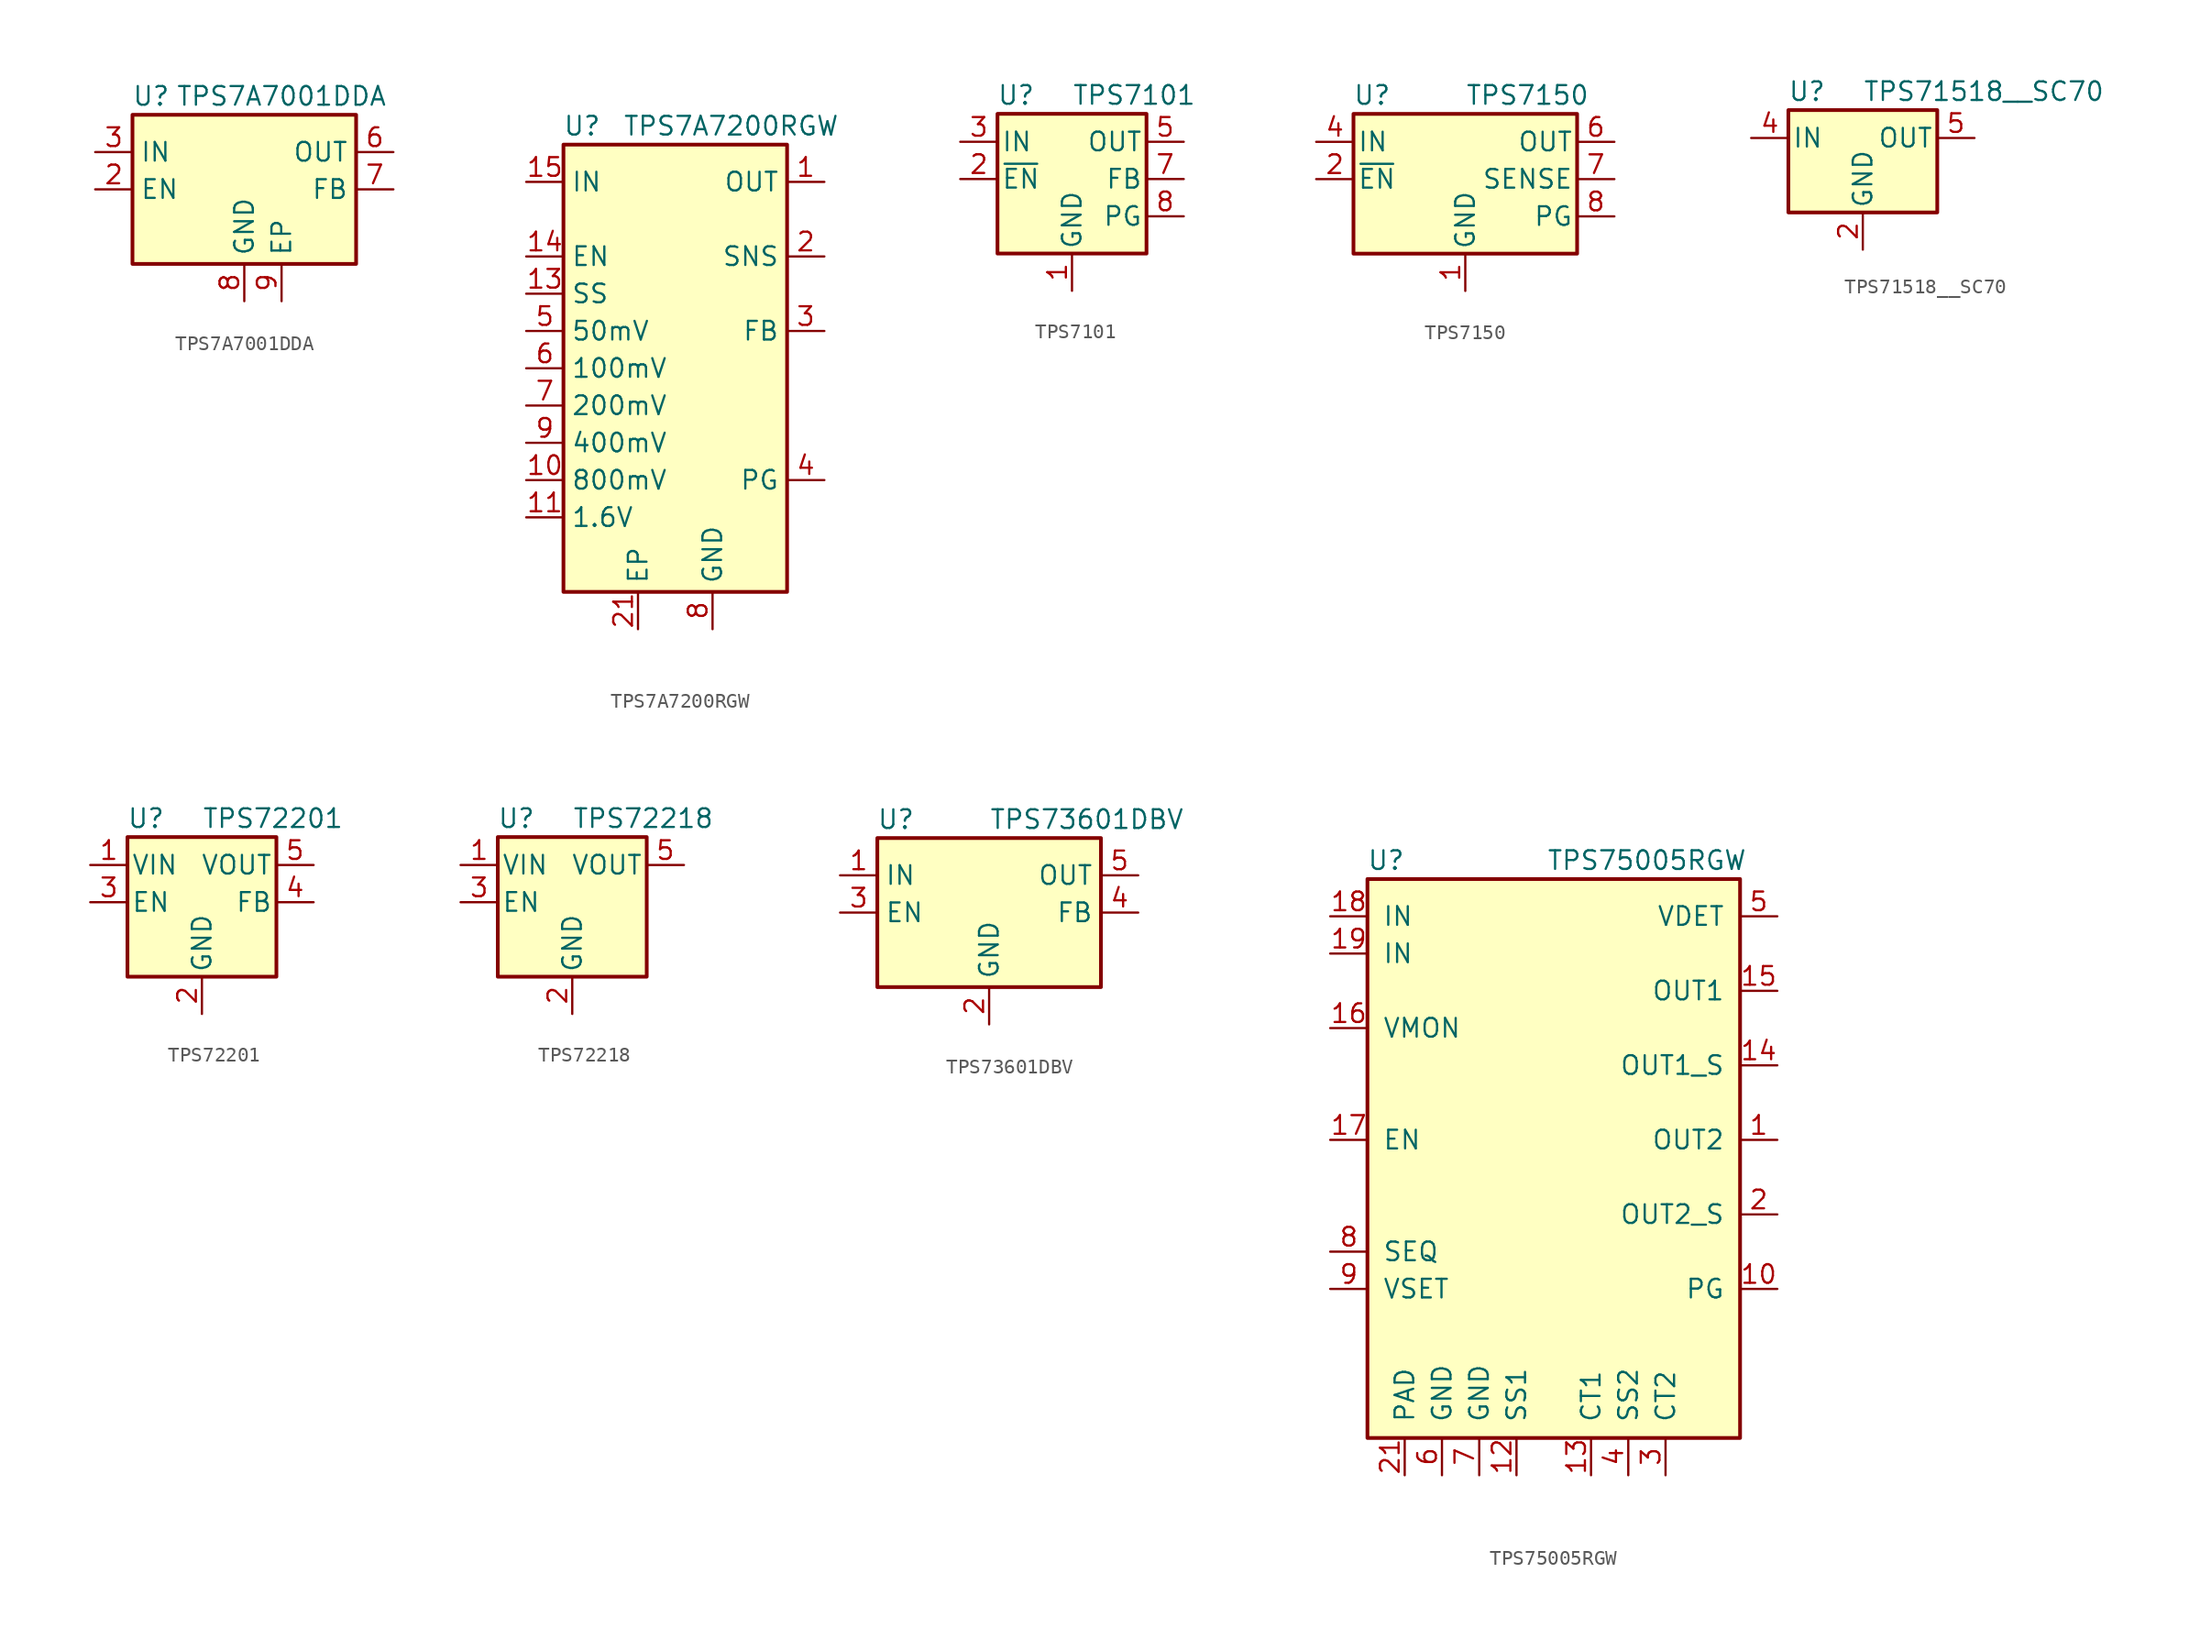
<source format=kicad_sym>
(kicad_symbol_lib
  (version 20220914)
  (generator kicad_symbol_editor)
  (symbol "TPS7A7001DDA"
    (property "Reference" "U"
      (at -6.35 6.35 0)
      (effects (font (size 1.27 1.27))))
    (property "Value" "TPS7A7001DDA"
      (at 2.54 6.35 0)
      (effects (font (size 1.27 1.27))))
    (symbol "TPS7A7001DDA_0_1"
      (rectangle (start -7.62 5.08) (end 7.62 -5.08) (stroke (width 0.254) (type solid)) (fill (type background))))
    (symbol "TPS7A7001DDA_1_1"
      (pin no_connect line (at -7.62 -2.54 0) (length 2.54) hide (name "NC" (effects (font (size 1.27 1.27)))) (number "1" (effects (font (size 1.27 1.27)))))
      (pin input line (at -10.16 0 0) (length 2.54) (name "EN" (effects (font (size 1.27 1.27)))) (number "2" (effects (font (size 1.27 1.27)))))
      (pin power_in line (at -10.16 2.54 0) (length 2.54) (name "IN" (effects (font (size 1.27 1.27)))) (number "3" (effects (font (size 1.27 1.27)))))
      (pin no_connect line (at 7.62 -2.54 180) (length 2.54) hide (name "NC" (effects (font (size 1.27 1.27)))) (number "4" (effects (font (size 1.27 1.27)))))
      (pin no_connect line (at -2.54 -5.08 90) (length 2.54) hide (name "NC" (effects (font (size 1.27 1.27)))) (number "5" (effects (font (size 1.27 1.27)))))
      (pin power_out line (at 10.16 2.54 180) (length 2.54) (name "OUT" (effects (font (size 1.27 1.27)))) (number "6" (effects (font (size 1.27 1.27)))))
      (pin input line (at 10.16 0 180) (length 2.54) (name "FB" (effects (font (size 1.27 1.27)))) (number "7" (effects (font (size 1.27 1.27)))))
      (pin power_in line (at 0 -7.62 90) (length 2.54) (name "GND" (effects (font (size 1.27 1.27)))) (number "8" (effects (font (size 1.27 1.27)))))
      (pin passive line (at 2.54 -7.62 90) (length 2.54) (name "EP" (effects (font (size 1.27 1.27)))) (number "9" (effects (font (size 1.27 1.27)))))))
  (symbol "TPS7A7200RGW"
    (property "Reference" "U"
      (at -6.35 16.51 0)
      (effects (font (size 1.27 1.27))))
    (property "Value" "TPS7A7200RGW"
      (at 3.81 16.51 0)
      (effects (font (size 1.27 1.27))))
    (symbol "TPS7A7200RGW_0_1"
      (rectangle (start -7.62 15.24) (end 7.62 -15.24) (stroke (width 0.254) (type solid)) (fill (type background))))
    (symbol "TPS7A7200RGW_1_1"
      (pin power_out line (at 10.16 12.7 180) (length 2.54) (name "OUT" (effects (font (size 1.27 1.27)))) (number "1" (effects (font (size 1.27 1.27)))))
      (pin input line (at -10.16 -7.62 0) (length 2.54) (name "800mV" (effects (font (size 1.27 1.27)))) (number "10" (effects (font (size 1.27 1.27)))))
      (pin input line (at -10.16 -10.16 0) (length 2.54) (name "1.6V" (effects (font (size 1.27 1.27)))) (number "11" (effects (font (size 1.27 1.27)))))
      (pin no_connect line (at -7.62 10.16 0) (length 2.54) hide (name "NC" (effects (font (size 1.27 1.27)))) (number "12" (effects (font (size 1.27 1.27)))))
      (pin input line (at -10.16 5.08 0) (length 2.54) (name "SS" (effects (font (size 1.27 1.27)))) (number "13" (effects (font (size 1.27 1.27)))))
      (pin input line (at -10.16 7.62 0) (length 2.54) (name "EN" (effects (font (size 1.27 1.27)))) (number "14" (effects (font (size 1.27 1.27)))))
      (pin power_in line (at -10.16 12.7 0) (length 2.54) (name "IN" (effects (font (size 1.27 1.27)))) (number "15" (effects (font (size 1.27 1.27)))))
      (pin passive line (at -10.16 12.7 0) (length 2.54) hide (name "IN" (effects (font (size 1.27 1.27)))) (number "16" (effects (font (size 1.27 1.27)))))
      (pin passive line (at -10.16 12.7 0) (length 2.54) hide (name "IN" (effects (font (size 1.27 1.27)))) (number "17" (effects (font (size 1.27 1.27)))))
      (pin passive line (at 2.54 -17.78 90) (length 2.54) hide (name "GND" (effects (font (size 1.27 1.27)))) (number "18" (effects (font (size 1.27 1.27)))))
      (pin passive line (at 10.16 12.7 180) (length 2.54) hide (name "OUT" (effects (font (size 1.27 1.27)))) (number "19" (effects (font (size 1.27 1.27)))))
      (pin input line (at 10.16 7.62 180) (length 2.54) (name "SNS" (effects (font (size 1.27 1.27)))) (number "2" (effects (font (size 1.27 1.27)))))
      (pin passive line (at 10.16 12.7 180) (length 2.54) hide (name "OUT" (effects (font (size 1.27 1.27)))) (number "20" (effects (font (size 1.27 1.27)))))
      (pin passive line (at -2.54 -17.78 90) (length 2.54) (name "EP" (effects (font (size 1.27 1.27)))) (number "21" (effects (font (size 1.27 1.27)))))
      (pin input line (at 10.16 2.54 180) (length 2.54) (name "FB" (effects (font (size 1.27 1.27)))) (number "3" (effects (font (size 1.27 1.27)))))
      (pin open_collector line (at 10.16 -7.62 180) (length 2.54) (name "PG" (effects (font (size 1.27 1.27)))) (number "4" (effects (font (size 1.27 1.27)))))
      (pin input line (at -10.16 2.54 0) (length 2.54) (name "50mV" (effects (font (size 1.27 1.27)))) (number "5" (effects (font (size 1.27 1.27)))))
      (pin input line (at -10.16 0 0) (length 2.54) (name "100mV" (effects (font (size 1.27 1.27)))) (number "6" (effects (font (size 1.27 1.27)))))
      (pin input line (at -10.16 -2.54 0) (length 2.54) (name "200mV" (effects (font (size 1.27 1.27)))) (number "7" (effects (font (size 1.27 1.27)))))
      (pin power_in line (at 2.54 -17.78 90) (length 2.54) (name "GND" (effects (font (size 1.27 1.27)))) (number "8" (effects (font (size 1.27 1.27)))))
      (pin input line (at -10.16 -5.08 0) (length 2.54) (name "400mV" (effects (font (size 1.27 1.27)))) (number "9" (effects (font (size 1.27 1.27)))))))
  (symbol "TPS7101"
    (pin_names
      (offset 0.254))
    (property "Reference" "U"
      (at -3.81 5.715 0)
      (effects (font (size 1.27 1.27))))
    (property "Value" "TPS7101"
      (at 0 5.715 0)
      (effects (font (size 1.27 1.27)) (justify left)))
    (symbol "TPS7101_0_1"
      (rectangle (start -5.08 4.445) (end 5.08 -5.08) (stroke (width 0.254) (type solid)) (fill (type background))))
    (symbol "TPS7101_1_1"
      (pin power_in line (at 0 -7.62 90) (length 2.54) (name "GND" (effects (font (size 1.27 1.27)))) (number "1" (effects (font (size 1.27 1.27)))))
      (pin input line (at -7.62 0 0) (length 2.54) (name "~{EN}" (effects (font (size 1.27 1.27)))) (number "2" (effects (font (size 1.27 1.27)))))
      (pin power_in line (at -7.62 2.54 0) (length 2.54) (name "IN" (effects (font (size 1.27 1.27)))) (number "3" (effects (font (size 1.27 1.27)))))
      (pin passive line (at -7.62 2.54 0) (length 2.54) hide (name "IN" (effects (font (size 1.27 1.27)))) (number "4" (effects (font (size 1.27 1.27)))))
      (pin power_out line (at 7.62 2.54 180) (length 2.54) (name "OUT" (effects (font (size 1.27 1.27)))) (number "5" (effects (font (size 1.27 1.27)))))
      (pin passive line (at 7.62 2.54 180) (length 2.54) hide (name "OUT" (effects (font (size 1.27 1.27)))) (number "6" (effects (font (size 1.27 1.27)))))
      (pin input line (at 7.62 0 180) (length 2.54) (name "FB" (effects (font (size 1.27 1.27)))) (number "7" (effects (font (size 1.27 1.27)))))
      (pin output line (at 7.62 -2.54 180) (length 2.54) (name "PG" (effects (font (size 1.27 1.27)))) (number "8" (effects (font (size 1.27 1.27)))))))
  (symbol "TPS7150"
    (pin_names
      (offset 0.254))
    (property "Reference" "U"
      (at -6.35 8.255 0)
      (effects (font (size 1.27 1.27))))
    (property "Value" "TPS7150"
      (at 0 8.255 0)
      (effects (font (size 1.27 1.27)) (justify left)))
    (symbol "TPS7150_0_1"
      (rectangle (start -7.62 6.985) (end 7.62 -2.54) (stroke (width 0.254) (type solid)) (fill (type background))))
    (symbol "TPS7150_1_1"
      (pin power_in line (at 0 -5.08 90) (length 2.54) (name "GND" (effects (font (size 1.27 1.27)))) (number "1" (effects (font (size 1.27 1.27)))))
      (pin input line (at -10.16 2.54 0) (length 2.54) (name "~{EN}" (effects (font (size 1.27 1.27)))) (number "2" (effects (font (size 1.27 1.27)))))
      (pin passive line (at -10.16 5.08 0) (length 2.54) hide (name "IN" (effects (font (size 1.27 1.27)))) (number "3" (effects (font (size 1.27 1.27)))))
      (pin power_in line (at -10.16 5.08 0) (length 2.54) (name "IN" (effects (font (size 1.27 1.27)))) (number "4" (effects (font (size 1.27 1.27)))))
      (pin passive line (at 10.16 5.08 180) (length 2.54) hide (name "OUT" (effects (font (size 1.27 1.27)))) (number "5" (effects (font (size 1.27 1.27)))))
      (pin power_out line (at 10.16 5.08 180) (length 2.54) (name "OUT" (effects (font (size 1.27 1.27)))) (number "6" (effects (font (size 1.27 1.27)))))
      (pin input line (at 10.16 2.54 180) (length 2.54) (name "SENSE" (effects (font (size 1.27 1.27)))) (number "7" (effects (font (size 1.27 1.27)))))
      (pin output line (at 10.16 0 180) (length 2.54) (name "PG" (effects (font (size 1.27 1.27)))) (number "8" (effects (font (size 1.27 1.27)))))))
  (symbol "TPS71518__SC70"
    (pin_names
      (offset 0.254))
    (property "Reference" "U"
      (at -3.81 3.175 0)
      (effects (font (size 1.27 1.27))))
    (property "Value" "TPS71518__SC70"
      (at 0 3.175 0)
      (effects (font (size 1.27 1.27)) (justify left)))
    (symbol "TPS71518__SC70_0_1"
      (rectangle (start -5.08 1.905) (end 5.08 -5.08) (stroke (width 0.254) (type solid)) (fill (type background))))
    (symbol "TPS71518__SC70_1_1"
      (pin no_connect line (at 7.62 -2.54 180) (length 2.54) hide (name "NC" (effects (font (size 1.27 1.27)))) (number "1" (effects (font (size 1.27 1.27)))))
      (pin power_in line (at 0 -7.62 90) (length 2.54) (name "GND" (effects (font (size 1.27 1.27)))) (number "2" (effects (font (size 1.27 1.27)))))
      (pin no_connect line (at -7.62 -2.54 0) (length 2.54) hide (name "NC" (effects (font (size 1.27 1.27)))) (number "3" (effects (font (size 1.27 1.27)))))
      (pin power_in line (at -7.62 0 0) (length 2.54) (name "IN" (effects (font (size 1.27 1.27)))) (number "4" (effects (font (size 1.27 1.27)))))
      (pin power_out line (at 7.62 0 180) (length 2.54) (name "OUT" (effects (font (size 1.27 1.27)))) (number "5" (effects (font (size 1.27 1.27)))))))
  (symbol "TPS72201"
    (pin_names
      (offset 0.254))
    (property "Reference" "U"
      (at -3.81 5.715 0)
      (effects (font (size 1.27 1.27))))
    (property "Value" "TPS72201"
      (at 0 5.715 0)
      (effects (font (size 1.27 1.27)) (justify left)))
    (symbol "TPS72201_0_1"
      (rectangle (start -5.08 4.445) (end 5.08 -5.08) (stroke (width 0.254) (type solid)) (fill (type background))))
    (symbol "TPS72201_1_1"
      (pin power_in line (at -7.62 2.54 0) (length 2.54) (name "VIN" (effects (font (size 1.27 1.27)))) (number "1" (effects (font (size 1.27 1.27)))))
      (pin power_in line (at 0 -7.62 90) (length 2.54) (name "GND" (effects (font (size 1.27 1.27)))) (number "2" (effects (font (size 1.27 1.27)))))
      (pin input line (at -7.62 0 0) (length 2.54) (name "EN" (effects (font (size 1.27 1.27)))) (number "3" (effects (font (size 1.27 1.27)))))
      (pin input line (at 7.62 0 180) (length 2.54) (name "FB" (effects (font (size 1.27 1.27)))) (number "4" (effects (font (size 1.27 1.27)))))
      (pin power_out line (at 7.62 2.54 180) (length 2.54) (name "VOUT" (effects (font (size 1.27 1.27)))) (number "5" (effects (font (size 1.27 1.27)))))))
  (symbol "TPS72218"
    (pin_names
      (offset 0.254))
    (property "Reference" "U"
      (at -3.81 5.715 0)
      (effects (font (size 1.27 1.27))))
    (property "Value" "TPS72218"
      (at 0 5.715 0)
      (effects (font (size 1.27 1.27)) (justify left)))
    (symbol "TPS72218_0_1"
      (rectangle (start -5.08 4.445) (end 5.08 -5.08) (stroke (width 0.254) (type solid)) (fill (type background))))
    (symbol "TPS72218_1_1"
      (pin power_in line (at -7.62 2.54 0) (length 2.54) (name "VIN" (effects (font (size 1.27 1.27)))) (number "1" (effects (font (size 1.27 1.27)))))
      (pin power_in line (at 0 -7.62 90) (length 2.54) (name "GND" (effects (font (size 1.27 1.27)))) (number "2" (effects (font (size 1.27 1.27)))))
      (pin input line (at -7.62 0 0) (length 2.54) (name "EN" (effects (font (size 1.27 1.27)))) (number "3" (effects (font (size 1.27 1.27)))))
      (pin no_connect line (at 2.54 0 180) (length 2.54) hide (name "NC" (effects (font (size 1.27 1.27)))) (number "4" (effects (font (size 1.27 1.27)))))
      (pin power_out line (at 7.62 2.54 180) (length 2.54) (name "VOUT" (effects (font (size 1.27 1.27)))) (number "5" (effects (font (size 1.27 1.27)))))))
  (symbol "TPS73601DBV"
    (property "Reference" "U"
      (at -6.35 6.35 0)
      (effects (font (size 1.27 1.27))))
    (property "Value" "TPS73601DBV"
      (at 0 6.35 0)
      (effects (font (size 1.27 1.27)) (justify left)))
    (symbol "TPS73601DBV_0_1"
      (rectangle (start -7.62 -5.08) (end 7.62 5.08) (stroke (width 0.254) (type solid)) (fill (type background))))
    (symbol "TPS73601DBV_1_1"
      (pin power_in line (at -10.16 2.54 0) (length 2.54) (name "IN" (effects (font (size 1.27 1.27)))) (number "1" (effects (font (size 1.27 1.27)))))
      (pin power_in line (at 0 -7.62 90) (length 2.54) (name "GND" (effects (font (size 1.27 1.27)))) (number "2" (effects (font (size 1.27 1.27)))))
      (pin input line (at -10.16 0 0) (length 2.54) (name "EN" (effects (font (size 1.27 1.27)))) (number "3" (effects (font (size 1.27 1.27)))))
      (pin input line (at 10.16 0 180) (length 2.54) (name "FB" (effects (font (size 1.27 1.27)))) (number "4" (effects (font (size 1.27 1.27)))))
      (pin power_out line (at 10.16 2.54 180) (length 2.54) (name "OUT" (effects (font (size 1.27 1.27)))) (number "5" (effects (font (size 1.27 1.27)))))))
  (symbol "TPS75005RGW"
    (pin_names
      (offset 1.016))
    (property "Reference" "U"
      (at -11.43 19.05 0)
      (effects (font (size 1.27 1.27))))
    (property "Value" "TPS75005RGW"
      (at 6.35 19.05 0)
      (effects (font (size 1.27 1.27))))
    (symbol "TPS75005RGW_0_1"
      (rectangle (start -12.7 17.78) (end 12.7 -20.32) (stroke (width 0.254) (type solid)) (fill (type background))))
    (symbol "TPS75005RGW_1_1"
      (pin power_out line (at 15.24 0 180) (length 2.54) (name "OUT2" (effects (font (size 1.27 1.27)))) (number "1" (effects (font (size 1.27 1.27)))))
      (pin output line (at 15.24 -10.16 180) (length 2.54) (name "PG" (effects (font (size 1.27 1.27)))) (number "10" (effects (font (size 1.27 1.27)))))
      (pin no_connect line (at -15.24 -5.08 0) (length 2.54) hide (name "TEST" (effects (font (size 1.27 1.27)))) (number "11" (effects (font (size 1.27 1.27)))))
      (pin input line (at -2.54 -22.86 90) (length 2.54) (name "SS1" (effects (font (size 1.27 1.27)))) (number "12" (effects (font (size 1.27 1.27)))))
      (pin passive line (at 2.54 -22.86 90) (length 2.54) (name "CT1" (effects (font (size 1.27 1.27)))) (number "13" (effects (font (size 1.27 1.27)))))
      (pin input line (at 15.24 5.08 180) (length 2.54) (name "OUT1_S" (effects (font (size 1.27 1.27)))) (number "14" (effects (font (size 1.27 1.27)))))
      (pin power_out line (at 15.24 10.16 180) (length 2.54) (name "OUT1" (effects (font (size 1.27 1.27)))) (number "15" (effects (font (size 1.27 1.27)))))
      (pin input line (at -15.24 7.62 0) (length 2.54) (name "VMON" (effects (font (size 1.27 1.27)))) (number "16" (effects (font (size 1.27 1.27)))))
      (pin input line (at -15.24 0 0) (length 2.54) (name "EN" (effects (font (size 1.27 1.27)))) (number "17" (effects (font (size 1.27 1.27)))))
      (pin power_in line (at -15.24 15.24 0) (length 2.54) (name "IN" (effects (font (size 1.27 1.27)))) (number "18" (effects (font (size 1.27 1.27)))))
      (pin power_in line (at -15.24 12.7 0) (length 2.54) (name "IN" (effects (font (size 1.27 1.27)))) (number "19" (effects (font (size 1.27 1.27)))))
      (pin input line (at 15.24 -5.08 180) (length 2.54) (name "OUT2_S" (effects (font (size 1.27 1.27)))) (number "2" (effects (font (size 1.27 1.27)))))
      (pin no_connect line (at -15.24 -2.54 0) (length 2.54) hide (name "NC" (effects (font (size 1.27 1.27)))) (number "20" (effects (font (size 1.27 1.27)))))
      (pin power_in line (at -10.16 -22.86 90) (length 2.54) (name "PAD" (effects (font (size 1.27 1.27)))) (number "21" (effects (font (size 1.27 1.27)))))
      (pin passive line (at 7.62 -22.86 90) (length 2.54) (name "CT2" (effects (font (size 1.27 1.27)))) (number "3" (effects (font (size 1.27 1.27)))))
      (pin input line (at 5.08 -22.86 90) (length 2.54) (name "SS2" (effects (font (size 1.27 1.27)))) (number "4" (effects (font (size 1.27 1.27)))))
      (pin output line (at 15.24 15.24 180) (length 2.54) (name "VDET" (effects (font (size 1.27 1.27)))) (number "5" (effects (font (size 1.27 1.27)))))
      (pin power_in line (at -7.62 -22.86 90) (length 2.54) (name "GND" (effects (font (size 1.27 1.27)))) (number "6" (effects (font (size 1.27 1.27)))))
      (pin power_in line (at -5.08 -22.86 90) (length 2.54) (name "GND" (effects (font (size 1.27 1.27)))) (number "7" (effects (font (size 1.27 1.27)))))
      (pin input line (at -15.24 -7.62 0) (length 2.54) (name "SEQ" (effects (font (size 1.27 1.27)))) (number "8" (effects (font (size 1.27 1.27)))))
      (pin input line (at -15.24 -10.16 0) (length 2.54) (name "VSET" (effects (font (size 1.27 1.27)))) (number "9" (effects (font (size 1.27 1.27))))))))
</source>
